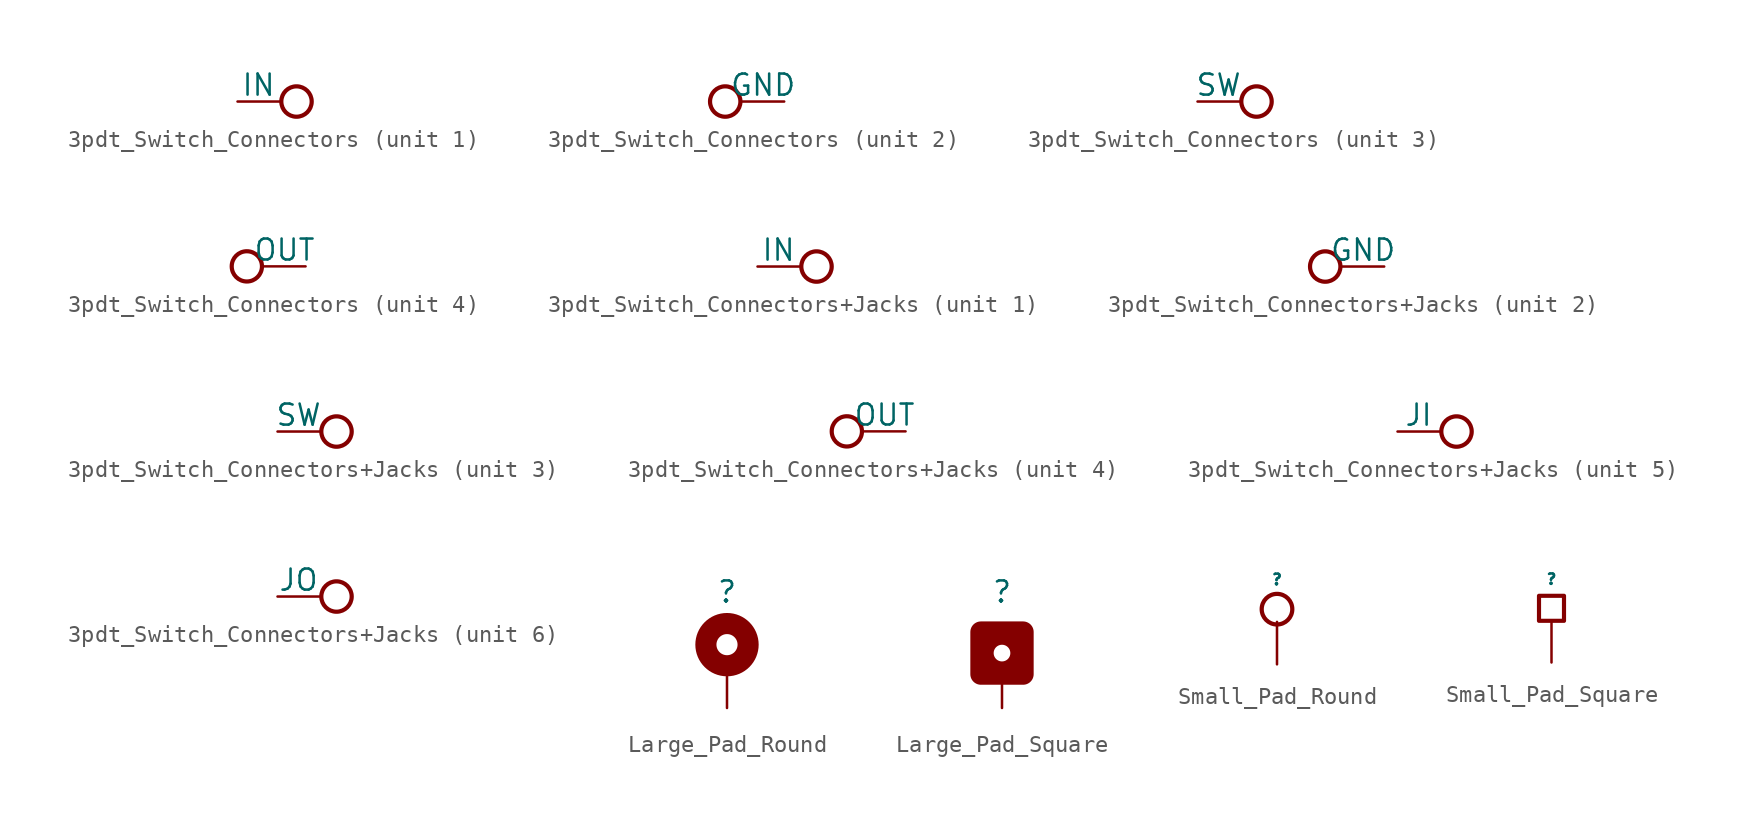
<source format=kicad_sym>
(kicad_symbol_lib
  (version 20241209)
  (generator "kicad_symbol_editor")
  (generator_version "9.0")
  (symbol "3pdt_Switch_Connectors"
    (pin_numbers
      (hide yes))
    (pin_names
      (offset 0))
    (property "Reference" "Switch_Connectors"
      (at 0 3.302 0)
      (do_not_autoplace)
      (effects (font (size 1.27 1.27)) (hide yes)))
    (property "Value" ""
      (at 0 0 0)
      (effects (font (size 1.27 1.27))))
    (symbol "3pdt_Switch_Connectors_1_1"
      (circle (center 3.556 0) (radius 0.916) (stroke (width 0.254) (type default)) (fill (type none)))
      (pin input line (at 0 0 0) (length 2.54) (name "IN" (effects (font (size 1.27 1.27)))) (number "1" (effects (font (size 1.27 1.27))))))
    (symbol "3pdt_Switch_Connectors_2_1"
      (circle (center -3.556 0) (radius 0.916) (stroke (width 0.254) (type default)) (fill (type none)))
      (pin input line (at 0 0 180) (length 2.54) (name "GND" (effects (font (size 1.27 1.27)))) (number "2" (effects (font (size 1.27 1.27))))))
    (symbol "3pdt_Switch_Connectors_3_1"
      (circle (center 3.556 0) (radius 0.916) (stroke (width 0.254) (type default)) (fill (type none)))
      (pin input line (at 0 0 0) (length 2.54) (name "SW" (effects (font (size 1.27 1.27)))) (number "3" (effects (font (size 1.27 1.27))))))
    (symbol "3pdt_Switch_Connectors_4_1"
      (circle (center -3.556 0) (radius 0.916) (stroke (width 0.254) (type default)) (fill (type none)))
      (pin input line (at 0 0 180) (length 2.54) (name "OUT" (effects (font (size 1.27 1.27)))) (number "4" (effects (font (size 1.27 1.27)))))))
  (symbol "3pdt_Switch_Connectors+Jacks"
    (pin_numbers
      (hide yes))
    (pin_names
      (offset 0))
    (property "Reference" "Switch_Connectors"
      (at 0 3.302 0)
      (do_not_autoplace)
      (effects (font (size 1.27 1.27)) (hide yes)))
    (property "Value" ""
      (at 0 0 0)
      (effects (font (size 1.27 1.27))))
    (symbol "3pdt_Switch_Connectors+Jacks_1_1"
      (circle (center 3.556 0) (radius 0.916) (stroke (width 0.254) (type default)) (fill (type none)))
      (pin input line (at 0 0 0) (length 2.54) (name "IN" (effects (font (size 1.27 1.27)))) (number "1" (effects (font (size 1.27 1.27))))))
    (symbol "3pdt_Switch_Connectors+Jacks_2_1"
      (circle (center -3.556 0) (radius 0.916) (stroke (width 0.254) (type default)) (fill (type none)))
      (pin input line (at 0 0 180) (length 2.54) (name "GND" (effects (font (size 1.27 1.27)))) (number "2" (effects (font (size 1.27 1.27))))))
    (symbol "3pdt_Switch_Connectors+Jacks_3_1"
      (circle (center 3.556 0) (radius 0.916) (stroke (width 0.254) (type default)) (fill (type none)))
      (pin input line (at 0 0 0) (length 2.54) (name "SW" (effects (font (size 1.27 1.27)))) (number "3" (effects (font (size 1.27 1.27))))))
    (symbol "3pdt_Switch_Connectors+Jacks_4_1"
      (circle (center -3.556 0) (radius 0.916) (stroke (width 0.254) (type default)) (fill (type none)))
      (pin input line (at 0 0 180) (length 2.54) (name "OUT" (effects (font (size 1.27 1.27)))) (number "4" (effects (font (size 1.27 1.27))))))
    (symbol "3pdt_Switch_Connectors+Jacks_5_1"
      (circle (center 3.556 0) (radius 0.916) (stroke (width 0.254) (type default)) (fill (type none)))
      (pin input line (at 0 0 0) (length 2.54) (name "JI" (effects (font (size 1.27 1.27)))) (number "5" (effects (font (size 1.27 1.27))))))
    (symbol "3pdt_Switch_Connectors+Jacks_6_1"
      (circle (center 3.556 0) (radius 0.916) (stroke (width 0.254) (type default)) (fill (type none)))
      (pin input line (at 0 0 0) (length 2.54) (name "JO" (effects (font (size 1.27 1.27)))) (number "6" (effects (font (size 1.27 1.27)))))))
  (symbol "Large_Pad_Round"
    (pin_numbers
      (hide yes))
    (pin_names
      (offset 1.016)
      (hide yes))
    (property "Reference" "H"
      (at 0 6.35 0)
      (do_not_autoplace)
      (effects (font (size 1.27 1.27)) (hide yes)))
    (property "Value" "?"
      (at 0 4.445 0)
      (do_not_autoplace)
      (effects (font (size 1.27 1.27))))
    (symbol "Large_Pad_Round_0_1"
      (circle (center 0 1.27) (radius 1.27) (stroke (width 1.27) (type default)) (fill (type none))))
    (symbol "Large_Pad_Round_1_1"
      (pin input line (at 0 -2.54 90) (length 2.54) (name "1" (effects (font (size 1.27 1.27)))) (number "1" (effects (font (size 1.27 1.27)))))))
  (symbol "Large_Pad_Square"
    (pin_numbers
      (hide yes))
    (pin_names
      (offset 1.016)
      (hide yes))
    (property "Reference" "H"
      (at 0 6.35 0)
      (do_not_autoplace)
      (effects (font (size 1.27 1.27)) (hide yes)))
    (property "Value" "?"
      (at 0 4.445 0)
      (do_not_autoplace)
      (effects (font (size 1.27 1.27))))
    (symbol "Large_Pad_Square_1_1"
      (rectangle (start -1.27 2.032) (end 1.27 -0.508) (stroke (width 1.27) (type default)) (fill (type none)))
      (circle (center 0 0.762) (radius 1.136) (stroke (width 1.27) (type default)) (fill (type none)))
      (pin input line (at 0 -2.54 90) (length 2.54) (name "1" (effects (font (size 1.27 1.27)))) (number "1" (effects (font (size 1.27 1.27)))))))
  (symbol "Small_Pad_Round"
    (pin_numbers
      (hide yes))
    (pin_names
      (offset 1.016)
      (hide yes))
    (property "Reference" "H"
      (at 0 4.953 0)
      (effects (font (size 1.27 1.27)) (hide yes)))
    (property "Value" "?"
      (at 0 2.54 0)
      (do_not_autoplace)
      (effects (font (size 0.635 0.635))))
    (symbol "Small_Pad_Round_1_1"
      (circle (center 0 0.762) (radius 0.916) (stroke (width 0.254) (type default)) (fill (type none)))
      (pin input line (at 0 -2.54 90) (length 2.54) (name "1" (effects (font (size 1.27 1.27)))) (number "1" (effects (font (size 1.27 1.27)))))))
  (symbol "Small_Pad_Square"
    (pin_numbers
      (hide yes))
    (pin_names
      (offset 1.016)
      (hide yes))
    (property "Reference" "H"
      (at 0 4.953 0)
      (effects (font (size 1.27 1.27)) (hide yes)))
    (property "Value" "?"
      (at 0 2.54 0)
      (do_not_autoplace)
      (effects (font (size 0.635 0.635))))
    (symbol "Small_Pad_Square_1_1"
      (rectangle (start -0.762 1.524) (end 0.762 0) (stroke (width 0.254) (type default)) (fill (type none)))
      (pin input line (at 0 -2.54 90) (length 2.54) (name "1" (effects (font (size 1.27 1.27)))) (number "1" (effects (font (size 1.27 1.27))))))))
</source>
